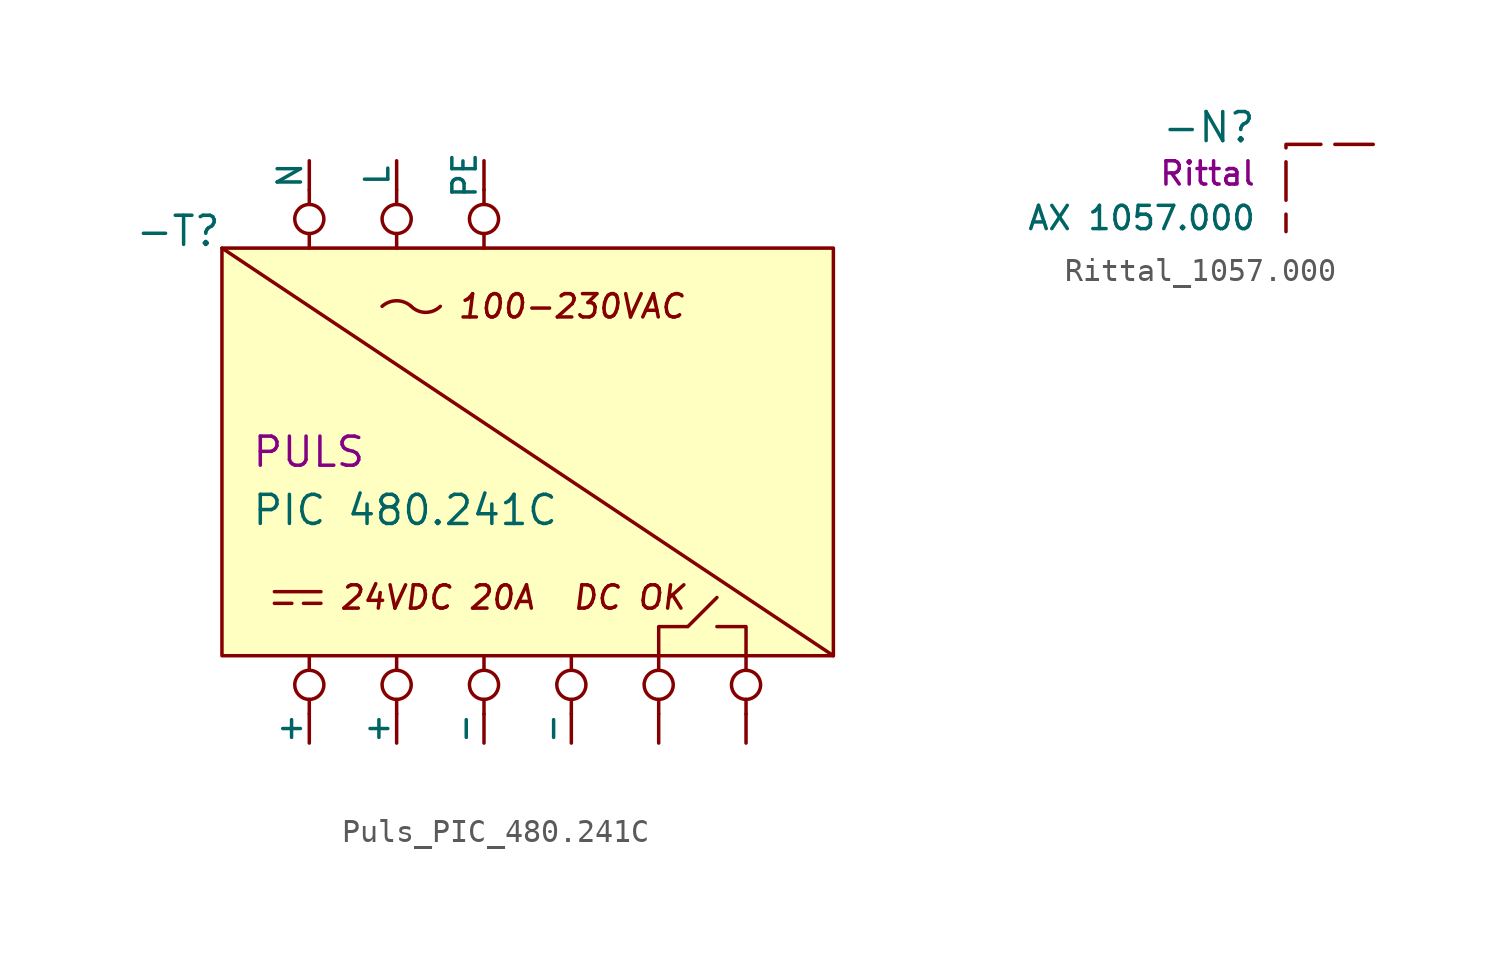
<source format=kicad_sym>
(kicad_symbol_lib
  (version 20231120)
  (generator "kicad_symbol_editor")
  (generator_version "8.0")
  (symbol "Puls_PIC_480.241C"
    (pin_numbers hide)
    (pin_names
      (offset 0))
    (property "Reference" "-T"
      (at 0 0 0)
      (do_not_autoplace)
      (effects (font (size 1.27 1.27)) (justify right bottom)))
    (property "Value" "PIC 480.241C"
      (at 1.27 -11.43 0)
      (do_not_autoplace)
      (effects (font (size 1.27 1.27)) (justify left)))
    (property "Manufacturer" "PULS"
      (at 1.27 -8.89 0)
      (do_not_autoplace)
      (effects (font (size 1.27 1.27)) (justify left)))
    (symbol "Puls_PIC_480.241C_0_0"
      (polyline (pts (xy 21.59 -16.51) (xy 22.86 -16.51) (xy 22.86 -17.78)) (stroke (width 0) (type default)) (fill (type none)))
      (polyline (pts (xy 19.05 -17.78) (xy 19.05 -16.51) (xy 20.32 -16.51) (xy 21.59 -15.24)) (stroke (width 0) (type default)) (fill (type none))))
    (symbol "Puls_PIC_480.241C_0_1"
      (polyline (pts (xy 2.286 -14.986) (xy 4.318 -14.986)) (stroke (width 0) (type default)) (fill (type none)))
      (polyline (pts (xy 3.048 -15.494) (xy 2.286 -15.494)) (stroke (width 0) (type default)) (fill (type none)))
      (polyline (pts (xy 3.556 -15.494) (xy 4.318 -15.494)) (stroke (width 0) (type default)) (fill (type none)))
      (polyline (pts (xy 3.81 -20.32) (xy 3.81 -19.685)) (stroke (width 0) (type default)) (fill (type none)))
      (polyline (pts (xy 3.81 -18.415) (xy 3.81 -17.78)) (stroke (width 0) (type default)) (fill (type none)))
      (polyline (pts (xy 3.81 0) (xy 3.81 0.635)) (stroke (width 0) (type default)) (fill (type none)))
      (polyline (pts (xy 3.81 1.905) (xy 3.81 2.54)) (stroke (width 0) (type default)) (fill (type none)))
      (polyline (pts (xy 7.62 -20.32) (xy 7.62 -19.685)) (stroke (width 0) (type default)) (fill (type none)))
      (polyline (pts (xy 7.62 -18.415) (xy 7.62 -17.78)) (stroke (width 0) (type default)) (fill (type none)))
      (polyline (pts (xy 7.62 0) (xy 7.62 0.635)) (stroke (width 0) (type default)) (fill (type none)))
      (polyline (pts (xy 7.62 1.905) (xy 7.62 2.54)) (stroke (width 0) (type default)) (fill (type none)))
      (polyline (pts (xy 11.43 -20.32) (xy 11.43 -19.685)) (stroke (width 0) (type default)) (fill (type none)))
      (polyline (pts (xy 11.43 -18.415) (xy 11.43 -17.78)) (stroke (width 0) (type default)) (fill (type none)))
      (polyline (pts (xy 11.43 0) (xy 11.43 0.635)) (stroke (width 0) (type default)) (fill (type none)))
      (polyline (pts (xy 11.43 1.905) (xy 11.43 2.54)) (stroke (width 0) (type default)) (fill (type none)))
      (polyline (pts (xy 15.24 -20.32) (xy 15.24 -19.685)) (stroke (width 0) (type default)) (fill (type none)))
      (polyline (pts (xy 15.24 -18.415) (xy 15.24 -17.78)) (stroke (width 0) (type default)) (fill (type none)))
      (polyline (pts (xy 19.05 -20.32) (xy 19.05 -19.685)) (stroke (width 0) (type default)) (fill (type none)))
      (polyline (pts (xy 19.05 -18.415) (xy 19.05 -17.78)) (stroke (width 0) (type default)) (fill (type none)))
      (polyline (pts (xy 22.86 -20.32) (xy 22.86 -19.685)) (stroke (width 0) (type default)) (fill (type none)))
      (polyline (pts (xy 22.86 -18.415) (xy 22.86 -17.78)) (stroke (width 0) (type default)) (fill (type none)))
      (circle (center 3.81 -19.05) (radius 0.635) (stroke (width 0) (type default)) (fill (type none)))
      (circle (center 3.81 1.27) (radius 0.635) (stroke (width 0) (type default)) (fill (type none)))
      (circle (center 7.62 -19.05) (radius 0.635) (stroke (width 0) (type default)) (fill (type none)))
      (circle (center 7.62 1.27) (radius 0.635) (stroke (width 0) (type default)) (fill (type none)))
      (arc (start 8.255 -2.54) (mid 7.62 -2.2967) (end 6.985 -2.54) (stroke (width 0) (type default)) (fill (type none)))
      (arc (start 8.255 -2.54) (mid 8.89 -2.8026) (end 9.525 -2.54) (stroke (width 0) (type default)) (fill (type none)))
      (circle (center 11.43 -19.05) (radius 0.635) (stroke (width 0) (type default)) (fill (type none)))
      (circle (center 11.43 1.27) (radius 0.635) (stroke (width 0) (type default)) (fill (type none)))
      (circle (center 15.24 -19.05) (radius 0.635) (stroke (width 0) (type default)) (fill (type none)))
      (circle (center 19.05 -19.05) (radius 0.635) (stroke (width 0) (type default)) (fill (type none)))
      (circle (center 22.86 -19.05) (radius 0.635) (stroke (width 0) (type default)) (fill (type none))))
    (symbol "Puls_PIC_480.241C_1_0"
      (text "100-230VAC" (at 15.24 -2.54 0) (effects (font (size 1.016 1.016) (italic yes))))
      (text "24VDC 20A" (at 5.08 -15.24 0) (effects (font (size 1.016 1.016) (italic yes)) (justify left)))
      (text "DC OK" (at 20.32 -15.24 0) (effects (font (size 1.016 1.016) (italic yes)) (justify right))))
    (symbol "Puls_PIC_480.241C_1_1"
      (polyline (pts (xy 0 0) (xy 26.67 -17.78)) (stroke (width 0) (type default)) (fill (type none)))
      (rectangle (start 0 0) (end 26.67 -17.78) (stroke (width 0) (type default)) (fill (type background)))
      (pin power_out line (at 3.81 -21.59 90) (length 1.27) (name "+" (effects (font (size 1.016 1.016)))) (number "1" (effects (font (size 1.016 1.016)))))
      (pin passive line (at 22.86 -21.59 90) (length 1.27) (name "" (effects (font (size 1.016 1.016)))) (number "13" (effects (font (size 1.016 1.016)))))
      (pin passive line (at 19.05 -21.59 90) (length 1.27) (name "" (effects (font (size 1.016 1.016)))) (number "14" (effects (font (size 1.016 1.016)))))
      (pin power_out line (at 7.62 -21.59 90) (length 1.27) (name "+" (effects (font (size 1.016 1.016)))) (number "2" (effects (font (size 1.016 1.016)))))
      (pin power_out line (at 11.43 -21.59 90) (length 1.27) (name "-" (effects (font (size 1.016 1.016)))) (number "3" (effects (font (size 1.016 1.016)))))
      (pin power_out line (at 15.24 -21.59 90) (length 1.27) (name "-" (effects (font (size 1.016 1.016)))) (number "4" (effects (font (size 1.016 1.016)))))
      (pin power_in line (at 7.62 3.81 270) (length 1.27) (name "L" (effects (font (size 1.016 1.016)))) (number "5" (effects (font (size 1.016 1.016)))))
      (pin power_in line (at 3.81 3.81 270) (length 1.27) (name "N" (effects (font (size 1.016 1.016)))) (number "6" (effects (font (size 1.016 1.016)))))
      (pin power_in line (at 11.43 3.81 270) (length 1.27) (name "PE" (effects (font (size 1.016 1.016)))) (number "7" (effects (font (size 1.016 1.016)))))))
  (symbol "Rittal_1057.000"
    (pin_numbers hide)
    (pin_names hide)
    (property "Reference" "-N"
      (at -1.27 0 0)
      (do_not_autoplace)
      (effects (font (size 1.27 1.27)) (justify right bottom)))
    (property "Value" "${PartNo}"
      (at -1.27 -3.81 0)
      (do_not_autoplace)
      (effects (font (size 1.016 1.016)) (justify right bottom)))
    (property "Manufacturer" "Rittal"
      (at -1.27 -1.27 0)
      (do_not_autoplace)
      (effects (font (size 1.016 1.016)) (justify right)))
    (property "PartNo" "AX 1057.000"
      (at 1.27 -7.62 0)
      (effects (font (size 1.27 1.27)) (justify left) (hide yes)))
    (symbol "Rittal_1057.000_0_1"
      (polyline (pts (xy 3.81 0) (xy 0 0) (xy 0 -3.81)) (stroke (width 0) (type dash)) (fill (type none))))))
</source>
